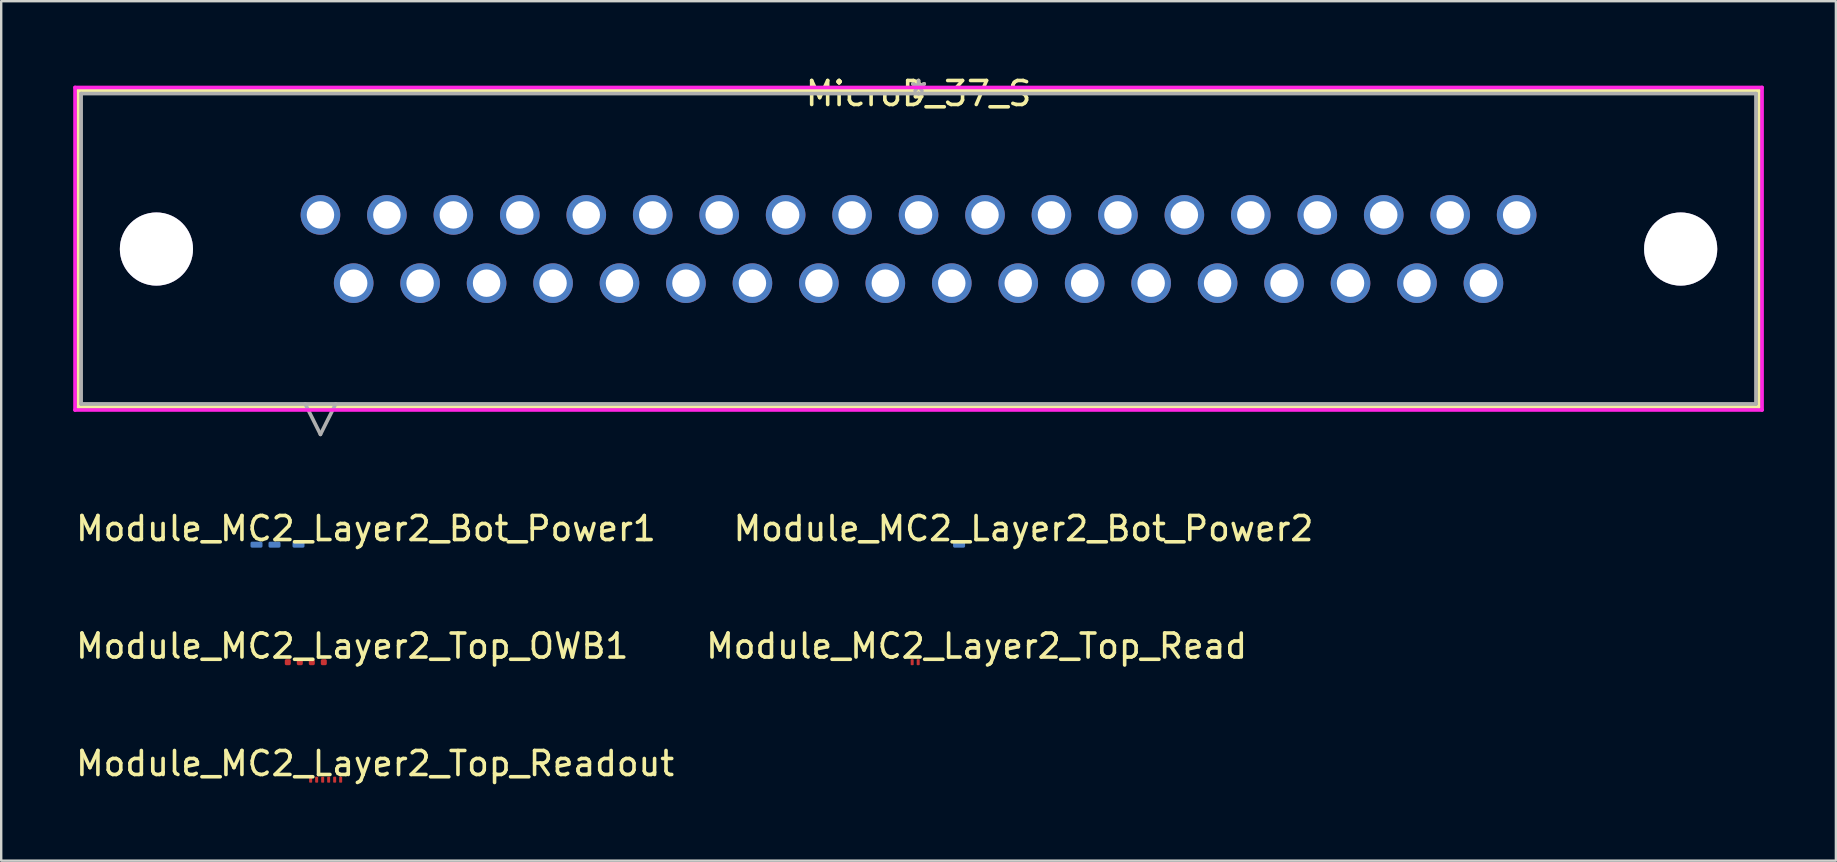
<source format=kicad_pcb>
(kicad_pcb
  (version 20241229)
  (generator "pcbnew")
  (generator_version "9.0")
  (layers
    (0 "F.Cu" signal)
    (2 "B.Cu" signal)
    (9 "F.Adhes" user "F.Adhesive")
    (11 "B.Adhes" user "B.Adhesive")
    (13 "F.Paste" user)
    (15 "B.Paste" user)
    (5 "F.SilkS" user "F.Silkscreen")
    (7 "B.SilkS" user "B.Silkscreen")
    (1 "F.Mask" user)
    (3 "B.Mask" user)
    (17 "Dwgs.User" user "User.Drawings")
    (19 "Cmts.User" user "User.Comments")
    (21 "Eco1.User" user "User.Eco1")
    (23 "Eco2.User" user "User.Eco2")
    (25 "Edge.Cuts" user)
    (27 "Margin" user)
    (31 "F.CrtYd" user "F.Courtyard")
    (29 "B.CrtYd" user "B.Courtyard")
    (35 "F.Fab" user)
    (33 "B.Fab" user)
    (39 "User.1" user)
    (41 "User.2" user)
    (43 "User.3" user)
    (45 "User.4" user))
  (footprint "Module_MC2_Layer2_Bot_Power2"
    (layer "F.Cu")
    (at 36.842 19.767)
    (property "Reference" "Module_MC2_Layer2_Bot_Power2" (at 2.747 -0.796 0) (unlocked yes) (layer "F.SilkS") (effects (font (size 1 1) (thickness 0.15))))
    (attr smd)
    (pad "1" smd roundrect (at 0.063 -0.127 180) (size 0.5 0.25) (layers "B.Cu" "B.Mask" "B.Paste") (roundrect_rratio 0.25)))
  (footprint "Module_MC2_Layer2_Bot_Power1"
    (layer "F.Cu")
    (at 9.449 19.767)
    (property "Reference" "Module_MC2_Layer2_Bot_Power1" (at 2.747 -0.796 0) (unlocked yes) (layer "F.SilkS") (effects (font (size 1 1) (thickness 0.15))))
    (attr smd)
    (pad "1" smd roundrect (at -0.063 -0.127 180) (size 0.5 0.25) (layers "B.Cu" "B.Mask" "B.Paste") (roundrect_rratio 0.25))
    (pad "2" smd roundrect (at -1.063 -0.127 180) (size 0.5 0.25) (layers "B.Cu" "B.Mask" "B.Paste") (roundrect_rratio 0.25))
    (pad "3" smd roundrect (at -1.813 -0.127 180) (size 0.5 0.25) (layers "B.Cu" "B.Mask" "B.Paste") (roundrect_rratio 0.25)))
  (footprint "Module_MC2_Layer2_Top_OWB1"
    (layer "F.Cu")
    (at 8.878 24.662)
    (property "Reference" "Module_MC2_Layer2_Top_OWB1" (at 2.747 -0.796 0) (unlocked yes) (layer "F.SilkS") (effects (font (size 1 1) (thickness 0.15))))
    (attr smd)
    (pad "1" smd roundrect (at 0.062 -0.125 180) (size 0.25 0.25) (layers "F.Cu" "F.Mask" "F.Paste") (roundrect_rratio 0.25))
    (pad "2" smd roundrect (at 0.562 -0.125 180) (size 0.25 0.25) (layers "F.Cu" "F.Mask" "F.Paste") (roundrect_rratio 0.25))
    (pad "3" smd roundrect (at 1.062 -0.125 180) (size 0.25 0.25) (layers "F.Cu" "F.Mask" "F.Paste") (roundrect_rratio 0.25))
    (pad "4" smd roundrect (at 1.562 -0.125 180) (size 0.25 0.25) (layers "F.Cu" "F.Mask" "F.Paste") (roundrect_rratio 0.25)))
  (footprint "Module_MC2_Layer2_Top_Read"
    (layer "F.Cu")
    (at 34.89 24.662)
    (property "Reference" "Module_MC2_Layer2_Top_Read" (at 2.747 -0.796 0) (unlocked yes) (layer "F.SilkS") (effects (font (size 1 1) (thickness 0.15))))
    (attr smd)
    (pad "1" smd roundrect (at 0.062 -0.125 180) (size 0.125 0.25) (layers "F.Cu" "F.Mask" "F.Paste") (roundrect_rratio 0.25))
    (pad "2" smd roundrect (at 0.312 -0.125 180) (size 0.125 0.25) (layers "F.Cu" "F.Mask" "F.Paste") (roundrect_rratio 0.25)))
  (footprint "MicroD_37_S"
    (layer "F.Cu")
    (at 35.217 0.848)
    (property "Reference" "MicroD_37_S" (at 0 0 0) (layer "F.SilkS") (effects (font (size 1 1) (thickness 0.15))))
    (attr through_hole)
    (fp_line (start -35.014 -0.127) (end -35.014 13.056) (stroke (width 0.152) (type solid)) (layer "F.SilkS"))
    (fp_line (start -35.014 13.056) (end 35.014 13.056) (stroke (width 0.152) (type solid)) (layer "F.SilkS"))
    (fp_line (start -0.127 -0.127) (end -0.127 0.127) (stroke (width 0.152) (type solid)) (layer "F.SilkS"))
    (fp_line (start -0.127 0.127) (end 0.127 0.127) (stroke (width 0.152) (type solid)) (layer "F.SilkS"))
    (fp_line (start 0.127 -0.127) (end -0.127 -0.127) (stroke (width 0.152) (type solid)) (layer "F.SilkS"))
    (fp_line (start 0.127 0.127) (end 0.127 -0.127) (stroke (width 0.152) (type solid)) (layer "F.SilkS"))
    (fp_line (start 35.014 -0.127) (end -35.014 -0.127) (stroke (width 0.152) (type solid)) (layer "F.SilkS"))
    (fp_line (start 35.014 13.056) (end 35.014 -0.127) (stroke (width 0.152) (type solid)) (layer "F.SilkS"))
    (fp_line (start -35.141 -0.254) (end -35.141 13.183) (stroke (width 0.152) (type solid)) (layer "F.CrtYd"))
    (fp_line (start -35.141 13.183) (end 35.141 13.183) (stroke (width 0.152) (type solid)) (layer "F.CrtYd"))
    (fp_line (start 35.141 -0.254) (end -35.141 -0.254) (stroke (width 0.152) (type solid)) (layer "F.CrtYd"))
    (fp_line (start 35.141 13.183) (end 35.141 -0.254) (stroke (width 0.152) (type solid)) (layer "F.CrtYd"))
    (fp_line (start -34.887 0) (end -34.887 12.929) (stroke (width 0.152) (type solid)) (layer "F.Fab"))
    (fp_line (start -34.887 12.929) (end 34.887 12.929) (stroke (width 0.152) (type solid)) (layer "F.Fab"))
    (fp_line (start -25.552 12.929) (end -24.917 14.199) (stroke (width 0.152) (type solid)) (layer "F.Fab"))
    (fp_line (start -24.282 12.929) (end -24.917 14.199) (stroke (width 0.152) (type solid)) (layer "F.Fab"))
    (fp_line (start 0 0) (end 0 0) (stroke (width 0.152) (type solid)) (layer "F.Fab"))
    (fp_line (start 0 0) (end 0 0) (stroke (width 0.152) (type solid)) (layer "F.Fab"))
    (fp_line (start 0 0) (end 0 0) (stroke (width 0.152) (type solid)) (layer "F.Fab"))
    (fp_line (start 0 0) (end 0 0) (stroke (width 0.152) (type solid)) (layer "F.Fab"))
    (fp_line (start 34.887 0) (end -34.887 0) (stroke (width 0.152) (type solid)) (layer "F.Fab"))
    (fp_line (start 34.887 12.929) (end 34.887 0) (stroke (width 0.152) (type solid)) (layer "F.Fab"))
    (fp_text user "*" (at 0 0 0) (layer "F.SilkS") (effects (font (size 1 1) (thickness 0.15))))
    (fp_text user "Copyright 2016 Accelerated Designs. All rights reserved." (at 0 0 0) (layer "Cmts.User") (effects (font (size 0.127 0.127) (thickness 0.002))))
    (fp_text user "*" (at 0 0 0) (layer "F.Fab") (effects (font (size 1 1) (thickness 0.15))))
    (pad "1" thru_hole circle (at -24.917 5.055) (size 1.651 1.651) (drill 1.143) (layers "*.Cu" "*.Mask"))
    (pad "2" thru_hole circle (at -22.149 5.055) (size 1.651 1.651) (drill 1.143) (layers "*.Cu" "*.Mask"))
    (pad "3" thru_hole circle (at -19.38 5.055) (size 1.651 1.651) (drill 1.143) (layers "*.Cu" "*.Mask"))
    (pad "4" thru_hole circle (at -16.612 5.055) (size 1.651 1.651) (drill 1.143) (layers "*.Cu" "*.Mask"))
    (pad "5" thru_hole circle (at -13.843 5.055) (size 1.651 1.651) (drill 1.143) (layers "*.Cu" "*.Mask"))
    (pad "6" thru_hole circle (at -11.074 5.055) (size 1.651 1.651) (drill 1.143) (layers "*.Cu" "*.Mask"))
    (pad "7" thru_hole circle (at -8.306 5.055) (size 1.651 1.651) (drill 1.143) (layers "*.Cu" "*.Mask"))
    (pad "8" thru_hole circle (at -5.537 5.055) (size 1.651 1.651) (drill 1.143) (layers "*.Cu" "*.Mask"))
    (pad "9" thru_hole circle (at -2.769 5.055) (size 1.651 1.651) (drill 1.143) (layers "*.Cu" "*.Mask"))
    (pad "10" thru_hole circle (at 0 5.055) (size 1.651 1.651) (drill 1.143) (layers "*.Cu" "*.Mask"))
    (pad "11" thru_hole circle (at 2.769 5.055) (size 1.651 1.651) (drill 1.143) (layers "*.Cu" "*.Mask"))
    (pad "12" thru_hole circle (at 5.537 5.055) (size 1.651 1.651) (drill 1.143) (layers "*.Cu" "*.Mask"))
    (pad "13" thru_hole circle (at 8.306 5.055) (size 1.651 1.651) (drill 1.143) (layers "*.Cu" "*.Mask"))
    (pad "14" thru_hole circle (at 11.074 5.055) (size 1.651 1.651) (drill 1.143) (layers "*.Cu" "*.Mask"))
    (pad "15" thru_hole circle (at 13.843 5.055) (size 1.651 1.651) (drill 1.143) (layers "*.Cu" "*.Mask"))
    (pad "16" thru_hole circle (at 16.612 5.055) (size 1.651 1.651) (drill 1.143) (layers "*.Cu" "*.Mask"))
    (pad "17" thru_hole circle (at 19.38 5.055) (size 1.651 1.651) (drill 1.143) (layers "*.Cu" "*.Mask"))
    (pad "18" thru_hole circle (at 22.149 5.055) (size 1.651 1.651) (drill 1.143) (layers "*.Cu" "*.Mask"))
    (pad "19" thru_hole circle (at 24.917 5.055) (size 1.651 1.651) (drill 1.143) (layers "*.Cu" "*.Mask"))
    (pad "20" thru_hole circle (at -23.533 7.899) (size 1.651 1.651) (drill 1.143) (layers "*.Cu" "*.Mask"))
    (pad "21" thru_hole circle (at -20.765 7.899) (size 1.651 1.651) (drill 1.143) (layers "*.Cu" "*.Mask"))
    (pad "22" thru_hole circle (at -17.996 7.899) (size 1.651 1.651) (drill 1.143) (layers "*.Cu" "*.Mask"))
    (pad "23" thru_hole circle (at -15.227 7.899) (size 1.651 1.651) (drill 1.143) (layers "*.Cu" "*.Mask"))
    (pad "24" thru_hole circle (at -12.459 7.899) (size 1.651 1.651) (drill 1.143) (layers "*.Cu" "*.Mask"))
    (pad "25" thru_hole circle (at -9.69 7.899) (size 1.651 1.651) (drill 1.143) (layers "*.Cu" "*.Mask"))
    (pad "26" thru_hole circle (at -6.921 7.899) (size 1.651 1.651) (drill 1.143) (layers "*.Cu" "*.Mask"))
    (pad "27" thru_hole circle (at -4.153 7.899) (size 1.651 1.651) (drill 1.143) (layers "*.Cu" "*.Mask"))
    (pad "28" thru_hole circle (at -1.384 7.899) (size 1.651 1.651) (drill 1.143) (layers "*.Cu" "*.Mask"))
    (pad "29" thru_hole circle (at 1.384 7.899) (size 1.651 1.651) (drill 1.143) (layers "*.Cu" "*.Mask"))
    (pad "30" thru_hole circle (at 4.153 7.899) (size 1.651 1.651) (drill 1.143) (layers "*.Cu" "*.Mask"))
    (pad "31" thru_hole circle (at 6.921 7.899) (size 1.651 1.651) (drill 1.143) (layers "*.Cu" "*.Mask"))
    (pad "32" thru_hole circle (at 9.69 7.899) (size 1.651 1.651) (drill 1.143) (layers "*.Cu" "*.Mask"))
    (pad "33" thru_hole circle (at 12.459 7.899) (size 1.651 1.651) (drill 1.143) (layers "*.Cu" "*.Mask"))
    (pad "34" thru_hole circle (at 15.227 7.899) (size 1.651 1.651) (drill 1.143) (layers "*.Cu" "*.Mask"))
    (pad "35" thru_hole circle (at 17.996 7.899) (size 1.651 1.651) (drill 1.143) (layers "*.Cu" "*.Mask"))
    (pad "36" thru_hole circle (at 20.765 7.899) (size 1.651 1.651) (drill 1.143) (layers "*.Cu" "*.Mask"))
    (pad "37" thru_hole circle (at 23.533 7.899) (size 1.651 1.651) (drill 1.143) (layers "*.Cu" "*.Mask"))
    (pad "38" thru_hole circle (at -31.75 6.477) (size 3.048 3.048) (drill 3.048) (layers "*.Cu" "*.Mask"))
    (pad "39" thru_hole circle (at 31.75 6.477) (size 3.048 3.048) (drill 3.048) (layers "*.Cu" "*.Mask")))
  (footprint "Module_MC2_Layer2_Top_Readout"
    (layer "F.Cu")
    (at 9.83 29.556)
    (property "Reference" "Module_MC2_Layer2_Top_Readout" (at 2.747 -0.796 0) (unlocked yes) (layer "F.SilkS") (effects (font (size 1 1) (thickness 0.15))))
    (attr smd)
    (pad "1" smd roundrect (at 0.062 -0.125 180) (size 0.125 0.25) (layers "F.Cu" "F.Mask" "F.Paste") (roundrect_rratio 0.25))
    (pad "2" smd roundrect (at 0.312 -0.125 180) (size 0.125 0.25) (layers "F.Cu" "F.Mask" "F.Paste") (roundrect_rratio 0.25))
    (pad "3" smd roundrect (at 0.562 -0.125 180) (size 0.125 0.25) (layers "F.Cu" "F.Mask" "F.Paste") (roundrect_rratio 0.25))
    (pad "4" smd roundrect (at 0.812 -0.125 180) (size 0.125 0.25) (layers "F.Cu" "F.Mask" "F.Paste") (roundrect_rratio 0.25))
    (pad "5" smd roundrect (at 1.062 -0.125 180) (size 0.125 0.25) (layers "F.Cu" "F.Mask" "F.Paste") (roundrect_rratio 0.25))
    (pad "6" smd roundrect (at 1.312 -0.125 180) (size 0.125 0.25) (layers "F.Cu" "F.Mask" "F.Paste") (roundrect_rratio 0.25)))
  (gr_rect
    (start -3 -3)
    (end 73.434 32.806)
    (stroke (width 0.1) (type default))
    (fill no)
    (layer "Edge.Cuts")))
</source>
